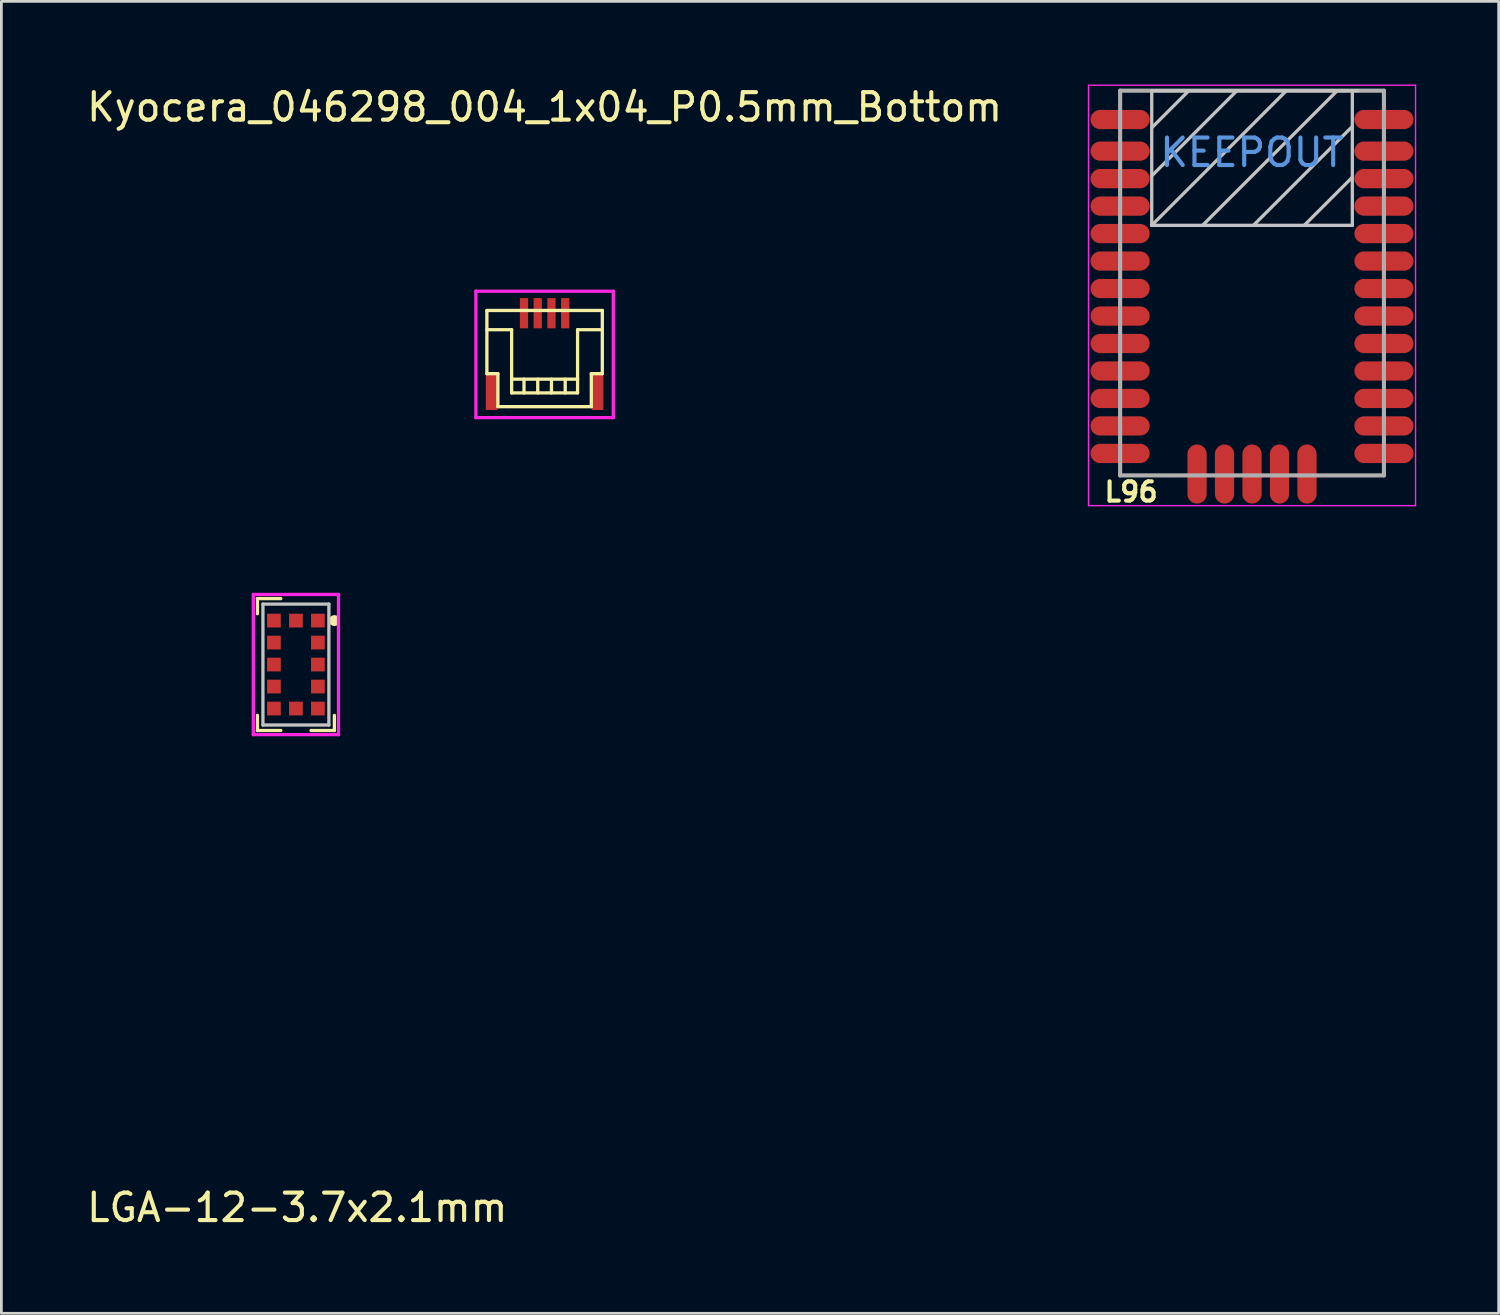
<source format=kicad_pcb>
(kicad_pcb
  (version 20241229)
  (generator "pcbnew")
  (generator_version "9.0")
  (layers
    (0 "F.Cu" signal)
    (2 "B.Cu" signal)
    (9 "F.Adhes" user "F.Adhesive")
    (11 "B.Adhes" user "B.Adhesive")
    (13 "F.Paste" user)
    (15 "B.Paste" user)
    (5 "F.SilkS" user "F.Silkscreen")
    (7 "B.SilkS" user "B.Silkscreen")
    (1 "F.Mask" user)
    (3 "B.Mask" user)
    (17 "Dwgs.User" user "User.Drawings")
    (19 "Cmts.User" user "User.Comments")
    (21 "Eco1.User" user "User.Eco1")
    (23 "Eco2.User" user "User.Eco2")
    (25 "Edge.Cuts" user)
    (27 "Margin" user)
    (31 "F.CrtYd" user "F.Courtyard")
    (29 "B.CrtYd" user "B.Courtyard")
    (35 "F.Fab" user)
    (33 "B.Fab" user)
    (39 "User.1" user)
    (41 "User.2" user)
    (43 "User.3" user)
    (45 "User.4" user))
  (footprint "L96"
    (layer "F.Cu")
    (at 37.711 0.25)
    (property "Reference" "L96" (at 0.4 14.6 0) (layer "F.SilkS") (effects (font (size 0.7 0.7) (thickness 0.15))))
    (attr smd)
    (fp_line (start 1.15 0) (end 1.15 4.9) (stroke (width 0.12) (type solid)) (layer "Dwgs.User"))
    (fp_line (start 1.15 1.35) (end 2.5 0) (stroke (width 0.12) (type solid)) (layer "Dwgs.User"))
    (fp_line (start 1.15 3.1) (end 4.25 0) (stroke (width 0.12) (type solid)) (layer "Dwgs.User"))
    (fp_line (start 1.15 4.9) (end 6.05 0) (stroke (width 0.12) (type solid)) (layer "Dwgs.User"))
    (fp_line (start 1.15 4.9) (end 8.45 4.9) (stroke (width 0.12) (type solid)) (layer "Dwgs.User"))
    (fp_line (start 3 4.9) (end 7.9 0) (stroke (width 0.12) (type solid)) (layer "Dwgs.User"))
    (fp_line (start 4.85 4.9) (end 8.45 1.3) (stroke (width 0.12) (type solid)) (layer "Dwgs.User"))
    (fp_line (start 6.7 4.9) (end 8.45 3.15) (stroke (width 0.12) (type solid)) (layer "Dwgs.User"))
    (fp_line (start 8.45 4.9) (end 8.45 0) (stroke (width 0.12) (type solid)) (layer "Dwgs.User"))
    (fp_line (start 8.65 0) (end 1.15 0) (stroke (width 0.12) (type solid)) (layer "Dwgs.User"))
    (fp_line (start -1.15 -0.2) (end 10.75 -0.2) (stroke (width 0.05) (type solid)) (layer "F.CrtYd"))
    (fp_line (start -1.15 15.1) (end -1.15 -0.2) (stroke (width 0.05) (type solid)) (layer "F.CrtYd"))
    (fp_line (start 10.75 -0.2) (end 10.75 15.1) (stroke (width 0.05) (type solid)) (layer "F.CrtYd"))
    (fp_line (start 10.75 15.1) (end -1.15 15.1) (stroke (width 0.05) (type solid)) (layer "F.CrtYd"))
    (fp_line (start 0 0) (end 0 14) (stroke (width 0.15) (type solid)) (layer "F.Fab"))
    (fp_line (start 0 0) (end 9.6 0) (stroke (width 0.15) (type solid)) (layer "F.Fab"))
    (fp_line (start 0 14) (end 9.6 14) (stroke (width 0.15) (type solid)) (layer "F.Fab"))
    (fp_line (start 9.6 0) (end 9.6 14) (stroke (width 0.15) (type solid)) (layer "F.Fab"))
    (fp_text user "KEEPOUT" (at 4.8 2.25 0) (layer "Cmts.User") (effects (font (size 1 1) (thickness 0.15))))
    (pad "1" smd oval (at 9.6 13.2 270) (size 0.7 2.15) (layers "F.Cu" "F.Mask" "F.Paste"))
    (pad "2" smd oval (at 9.6 12.2 270) (size 0.7 2.15) (layers "F.Cu" "F.Mask" "F.Paste"))
    (pad "3" smd oval (at 9.6 11.2 270) (size 0.7 2.15) (layers "F.Cu" "F.Mask" "F.Paste"))
    (pad "4" smd oval (at 9.6 10.2 270) (size 0.7 2.15) (layers "F.Cu" "F.Mask" "F.Paste"))
    (pad "5" smd oval (at 9.6 9.2 270) (size 0.7 2.15) (layers "F.Cu" "F.Mask" "F.Paste"))
    (pad "6" smd oval (at 9.6 8.2 270) (size 0.7 2.15) (layers "F.Cu" "F.Mask" "F.Paste"))
    (pad "7" smd oval (at 9.6 7.2 270) (size 0.7 2.15) (layers "F.Cu" "F.Mask" "F.Paste"))
    (pad "8" smd oval (at 9.6 6.2 270) (size 0.7 2.15) (layers "F.Cu" "F.Mask" "F.Paste"))
    (pad "9" smd oval (at 9.6 5.2 270) (size 0.7 2.15) (layers "F.Cu" "F.Mask" "F.Paste"))
    (pad "10" smd oval (at 9.6 4.2 270) (size 0.7 2.15) (layers "F.Cu" "F.Mask" "F.Paste"))
    (pad "11" smd oval (at 9.6 3.2 270) (size 0.7 2.15) (layers "F.Cu" "F.Mask" "F.Paste"))
    (pad "12" smd oval (at 9.6 2.2 270) (size 0.7 2.15) (layers "F.Cu" "F.Mask" "F.Paste"))
    (pad "13" smd oval (at 9.6 1.05 270) (size 0.7 2.15) (layers "F.Cu" "F.Mask" "F.Paste"))
    (pad "14" smd oval (at 0 1.05 270) (size 0.7 2.15) (layers "F.Cu" "F.Mask" "F.Paste"))
    (pad "15" smd oval (at 0 2.2 270) (size 0.7 2.15) (layers "F.Cu" "F.Mask" "F.Paste"))
    (pad "16" smd oval (at 0 3.2 270) (size 0.7 2.15) (layers "F.Cu" "F.Mask" "F.Paste"))
    (pad "17" smd oval (at 0 4.2 270) (size 0.7 2.15) (layers "F.Cu" "F.Mask" "F.Paste"))
    (pad "18" smd oval (at 0 5.2 270) (size 0.7 2.15) (layers "F.Cu" "F.Mask" "F.Paste"))
    (pad "19" smd oval (at 0 6.2 270) (size 0.7 2.15) (layers "F.Cu" "F.Mask" "F.Paste"))
    (pad "20" smd oval (at 0 7.2 270) (size 0.7 2.15) (layers "F.Cu" "F.Mask" "F.Paste"))
    (pad "21" smd oval (at 0 8.2 270) (size 0.7 2.15) (layers "F.Cu" "F.Mask" "F.Paste"))
    (pad "22" smd oval (at 0 9.2 270) (size 0.7 2.15) (layers "F.Cu" "F.Mask" "F.Paste"))
    (pad "23" smd oval (at 0 10.2 270) (size 0.7 2.15) (layers "F.Cu" "F.Mask" "F.Paste"))
    (pad "24" smd oval (at 0 11.2 270) (size 0.7 2.15) (layers "F.Cu" "F.Mask" "F.Paste"))
    (pad "25" smd oval (at 0 12.2 270) (size 0.7 2.15) (layers "F.Cu" "F.Mask" "F.Paste"))
    (pad "26" smd oval (at 0 13.2 270) (size 0.7 2.15) (layers "F.Cu" "F.Mask" "F.Paste"))
    (pad "27" smd oval (at 2.8 13.95) (size 0.7 2.15) (layers "F.Cu" "F.Mask" "F.Paste"))
    (pad "28" smd oval (at 3.8 13.95) (size 0.7 2.15) (layers "F.Cu" "F.Mask" "F.Paste"))
    (pad "29" smd oval (at 4.8 13.95) (size 0.7 2.15) (layers "F.Cu" "F.Mask" "F.Paste"))
    (pad "30" smd oval (at 5.8 13.95) (size 0.7 2.15) (layers "F.Cu" "F.Mask" "F.Paste"))
    (pad "31" smd oval (at 6.8 13.95) (size 0.7 2.15) (layers "F.Cu" "F.Mask" "F.Paste")))
  (footprint "Kyocera_046298_004_1x04_P0.5mm_Bottom"
    (layer "F.Cu")
    (at 16.768 8.348)
    (property "Reference" "Kyocera_046298_004_1x04_P0.5mm_Bottom" (at 0 -7.5 0) (layer "F.SilkS") (effects (font (size 1 1) (thickness 0.15))))
    (attr through_hole)
    (fp_line (start -2.1 -0.1) (end 2.1 -0.1) (stroke (width 0.12) (type solid)) (layer "F.SilkS"))
    (fp_line (start -2.1 0.6) (end -1.2 0.6) (stroke (width 0.12) (type solid)) (layer "F.SilkS"))
    (fp_line (start -2.1 2.2) (end -2.1 -0.1) (stroke (width 0.12) (type solid)) (layer "F.SilkS"))
    (fp_line (start -1.7 2.2) (end -2.1 2.2) (stroke (width 0.12) (type solid)) (layer "F.SilkS"))
    (fp_line (start -1.7 3.4) (end -1.7 2.2) (stroke (width 0.12) (type solid)) (layer "F.SilkS"))
    (fp_line (start -1.2 0.6) (end -1.2 2.9) (stroke (width 0.12) (type solid)) (layer "F.SilkS"))
    (fp_line (start -1.2 2.4) (end 1.2 2.4) (stroke (width 0.12) (type solid)) (layer "F.SilkS"))
    (fp_line (start -1.2 2.9) (end 1.2 2.9) (stroke (width 0.12) (type solid)) (layer "F.SilkS"))
    (fp_line (start -0.75 2.4) (end -0.75 2.9) (stroke (width 0.12) (type solid)) (layer "F.SilkS"))
    (fp_line (start -0.25 2.4) (end -0.25 2.9) (stroke (width 0.12) (type solid)) (layer "F.SilkS"))
    (fp_line (start 0.25 2.4) (end 0.25 2.9) (stroke (width 0.12) (type solid)) (layer "F.SilkS"))
    (fp_line (start 0.75 2.4) (end 0.75 2.9) (stroke (width 0.12) (type solid)) (layer "F.SilkS"))
    (fp_line (start 1.2 0.6) (end 2.1 0.6) (stroke (width 0.12) (type solid)) (layer "F.SilkS"))
    (fp_line (start 1.2 2.9) (end 1.2 0.6) (stroke (width 0.12) (type solid)) (layer "F.SilkS"))
    (fp_line (start 1.7 2.2) (end 1.7 3.4) (stroke (width 0.12) (type solid)) (layer "F.SilkS"))
    (fp_line (start 1.7 3.4) (end -1.7 3.4) (stroke (width 0.12) (type solid)) (layer "F.SilkS"))
    (fp_line (start 2.1 -0.1) (end 2.1 2.2) (stroke (width 0.12) (type solid)) (layer "F.SilkS"))
    (fp_line (start 2.1 2.2) (end 1.7 2.2) (stroke (width 0.12) (type solid)) (layer "F.SilkS"))
    (fp_line (start -2.5 -0.8) (end 2.5 -0.8) (stroke (width 0.12) (type solid)) (layer "F.CrtYd"))
    (fp_line (start -2.5 3.8) (end -2.5 -0.8) (stroke (width 0.12) (type solid)) (layer "F.CrtYd"))
    (fp_line (start 2.5 -0.8) (end 2.5 3.8) (stroke (width 0.12) (type solid)) (layer "F.CrtYd"))
    (fp_line (start 2.5 3.8) (end -2.5 3.8) (stroke (width 0.12) (type solid)) (layer "F.CrtYd"))
    (pad "" smd rect (at -1.93 2.87) (size 0.42 1.3) (layers "F.Cu" "F.Mask" "F.Paste"))
    (pad "" smd rect (at 1.93 2.87) (size 0.42 1.3) (layers "F.Cu" "F.Mask" "F.Paste"))
    (pad "1" smd rect (at -0.75 0) (size 0.3 1.1) (layers "F.Cu" "F.Mask" "F.Paste"))
    (pad "2" smd rect (at -0.25 0) (size 0.3 1.1) (layers "F.Cu" "F.Mask" "F.Paste"))
    (pad "3" smd rect (at 0.25 0) (size 0.3 1.1) (layers "F.Cu" "F.Mask" "F.Paste"))
    (pad "4" smd rect (at 0.75 0) (size 0.3 1.1) (layers "F.Cu" "F.Mask" "F.Paste")))
  (footprint "LGA-12-3.7x2.1mm"
    (layer "F.Cu")
    (at 7.718 21.133)
    (property "Reference" "LGA-12-3.7x2.1mm" (at 0.05 19.76 0) (layer "F.SilkS") (effects (font (size 1 1) (thickness 0.15))))
    (attr through_hole)
    (fp_line (start -1.4 -2.4) (end -0.55 -2.4) (stroke (width 0.12) (type solid)) (layer "F.SilkS"))
    (fp_line (start -1.4 -1.85) (end -1.4 -2.4) (stroke (width 0.12) (type solid)) (layer "F.SilkS"))
    (fp_line (start -1.4 2.4) (end -1.4 1.85) (stroke (width 0.12) (type solid)) (layer "F.SilkS"))
    (fp_line (start -0.55 2.4) (end -1.4 2.4) (stroke (width 0.12) (type solid)) (layer "F.SilkS"))
    (fp_line (start 1.4 1.85) (end 1.4 2.4) (stroke (width 0.12) (type solid)) (layer "F.SilkS"))
    (fp_line (start 1.4 2.4) (end 0.55 2.4) (stroke (width 0.12) (type solid)) (layer "F.SilkS"))
    (fp_circle (center 1.4 -1.6) (end 1.5 -1.6) (stroke (width 0.2) (type solid)) (fill no) (layer "F.SilkS"))
    (fp_line (start -1.2 -2.2) (end -1.2 2.2) (stroke (width 0.12) (type solid)) (layer "Dwgs.User"))
    (fp_line (start -1.2 -2.2) (end 1.2 -2.2) (stroke (width 0.12) (type solid)) (layer "Dwgs.User"))
    (fp_line (start -1.2 2.2) (end 1.2 2.2) (stroke (width 0.12) (type solid)) (layer "Dwgs.User"))
    (fp_line (start 1.2 2.2) (end 1.2 -2.2) (stroke (width 0.12) (type solid)) (layer "Dwgs.User"))
    (fp_line (start -1.55 -2.55) (end 1.55 -2.55) (stroke (width 0.12) (type solid)) (layer "F.CrtYd"))
    (fp_line (start -1.55 2.55) (end -1.55 -2.55) (stroke (width 0.12) (type solid)) (layer "F.CrtYd"))
    (fp_line (start 1.55 -2.55) (end 1.55 2.55) (stroke (width 0.12) (type solid)) (layer "F.CrtYd"))
    (fp_line (start 1.55 2.55) (end -1.55 2.55) (stroke (width 0.12) (type solid)) (layer "F.CrtYd"))
    (pad "1" smd rect (at 0.8 -1.6) (size 0.5 0.5) (layers "F.Cu" "F.Mask" "F.Paste"))
    (pad "2" smd rect (at 0.8 -0.8) (size 0.5 0.5) (layers "F.Cu" "F.Mask" "F.Paste"))
    (pad "3" smd rect (at 0.8 0) (size 0.5 0.5) (layers "F.Cu" "F.Mask" "F.Paste"))
    (pad "4" smd rect (at 0.8 0.8) (size 0.5 0.5) (layers "F.Cu" "F.Mask" "F.Paste"))
    (pad "5" smd rect (at 0.8 1.6) (size 0.5 0.5) (layers "F.Cu" "F.Mask" "F.Paste"))
    (pad "6" smd rect (at 0 1.6) (size 0.5 0.5) (layers "F.Cu" "F.Mask" "F.Paste"))
    (pad "7" smd rect (at -0.8 1.6) (size 0.5 0.5) (layers "F.Cu" "F.Mask" "F.Paste"))
    (pad "8" smd rect (at -0.8 0.8) (size 0.5 0.5) (layers "F.Cu" "F.Mask" "F.Paste"))
    (pad "9" smd rect (at -0.8 0) (size 0.5 0.5) (layers "F.Cu" "F.Mask" "F.Paste"))
    (pad "10" smd rect (at -0.8 -0.8) (size 0.5 0.5) (layers "F.Cu" "F.Mask" "F.Paste"))
    (pad "11" smd rect (at -0.8 -1.6) (size 0.5 0.5) (layers "F.Cu" "F.Mask" "F.Paste"))
    (pad "12" smd rect (at 0 -1.6) (size 0.5 0.5) (layers "F.Cu" "F.Mask" "F.Paste")))
  (gr_rect
    (start -3 -3)
    (end 51.486 44.741)
    (stroke (width 0.1) (type default))
    (fill no)
    (layer "Edge.Cuts")))
</source>
